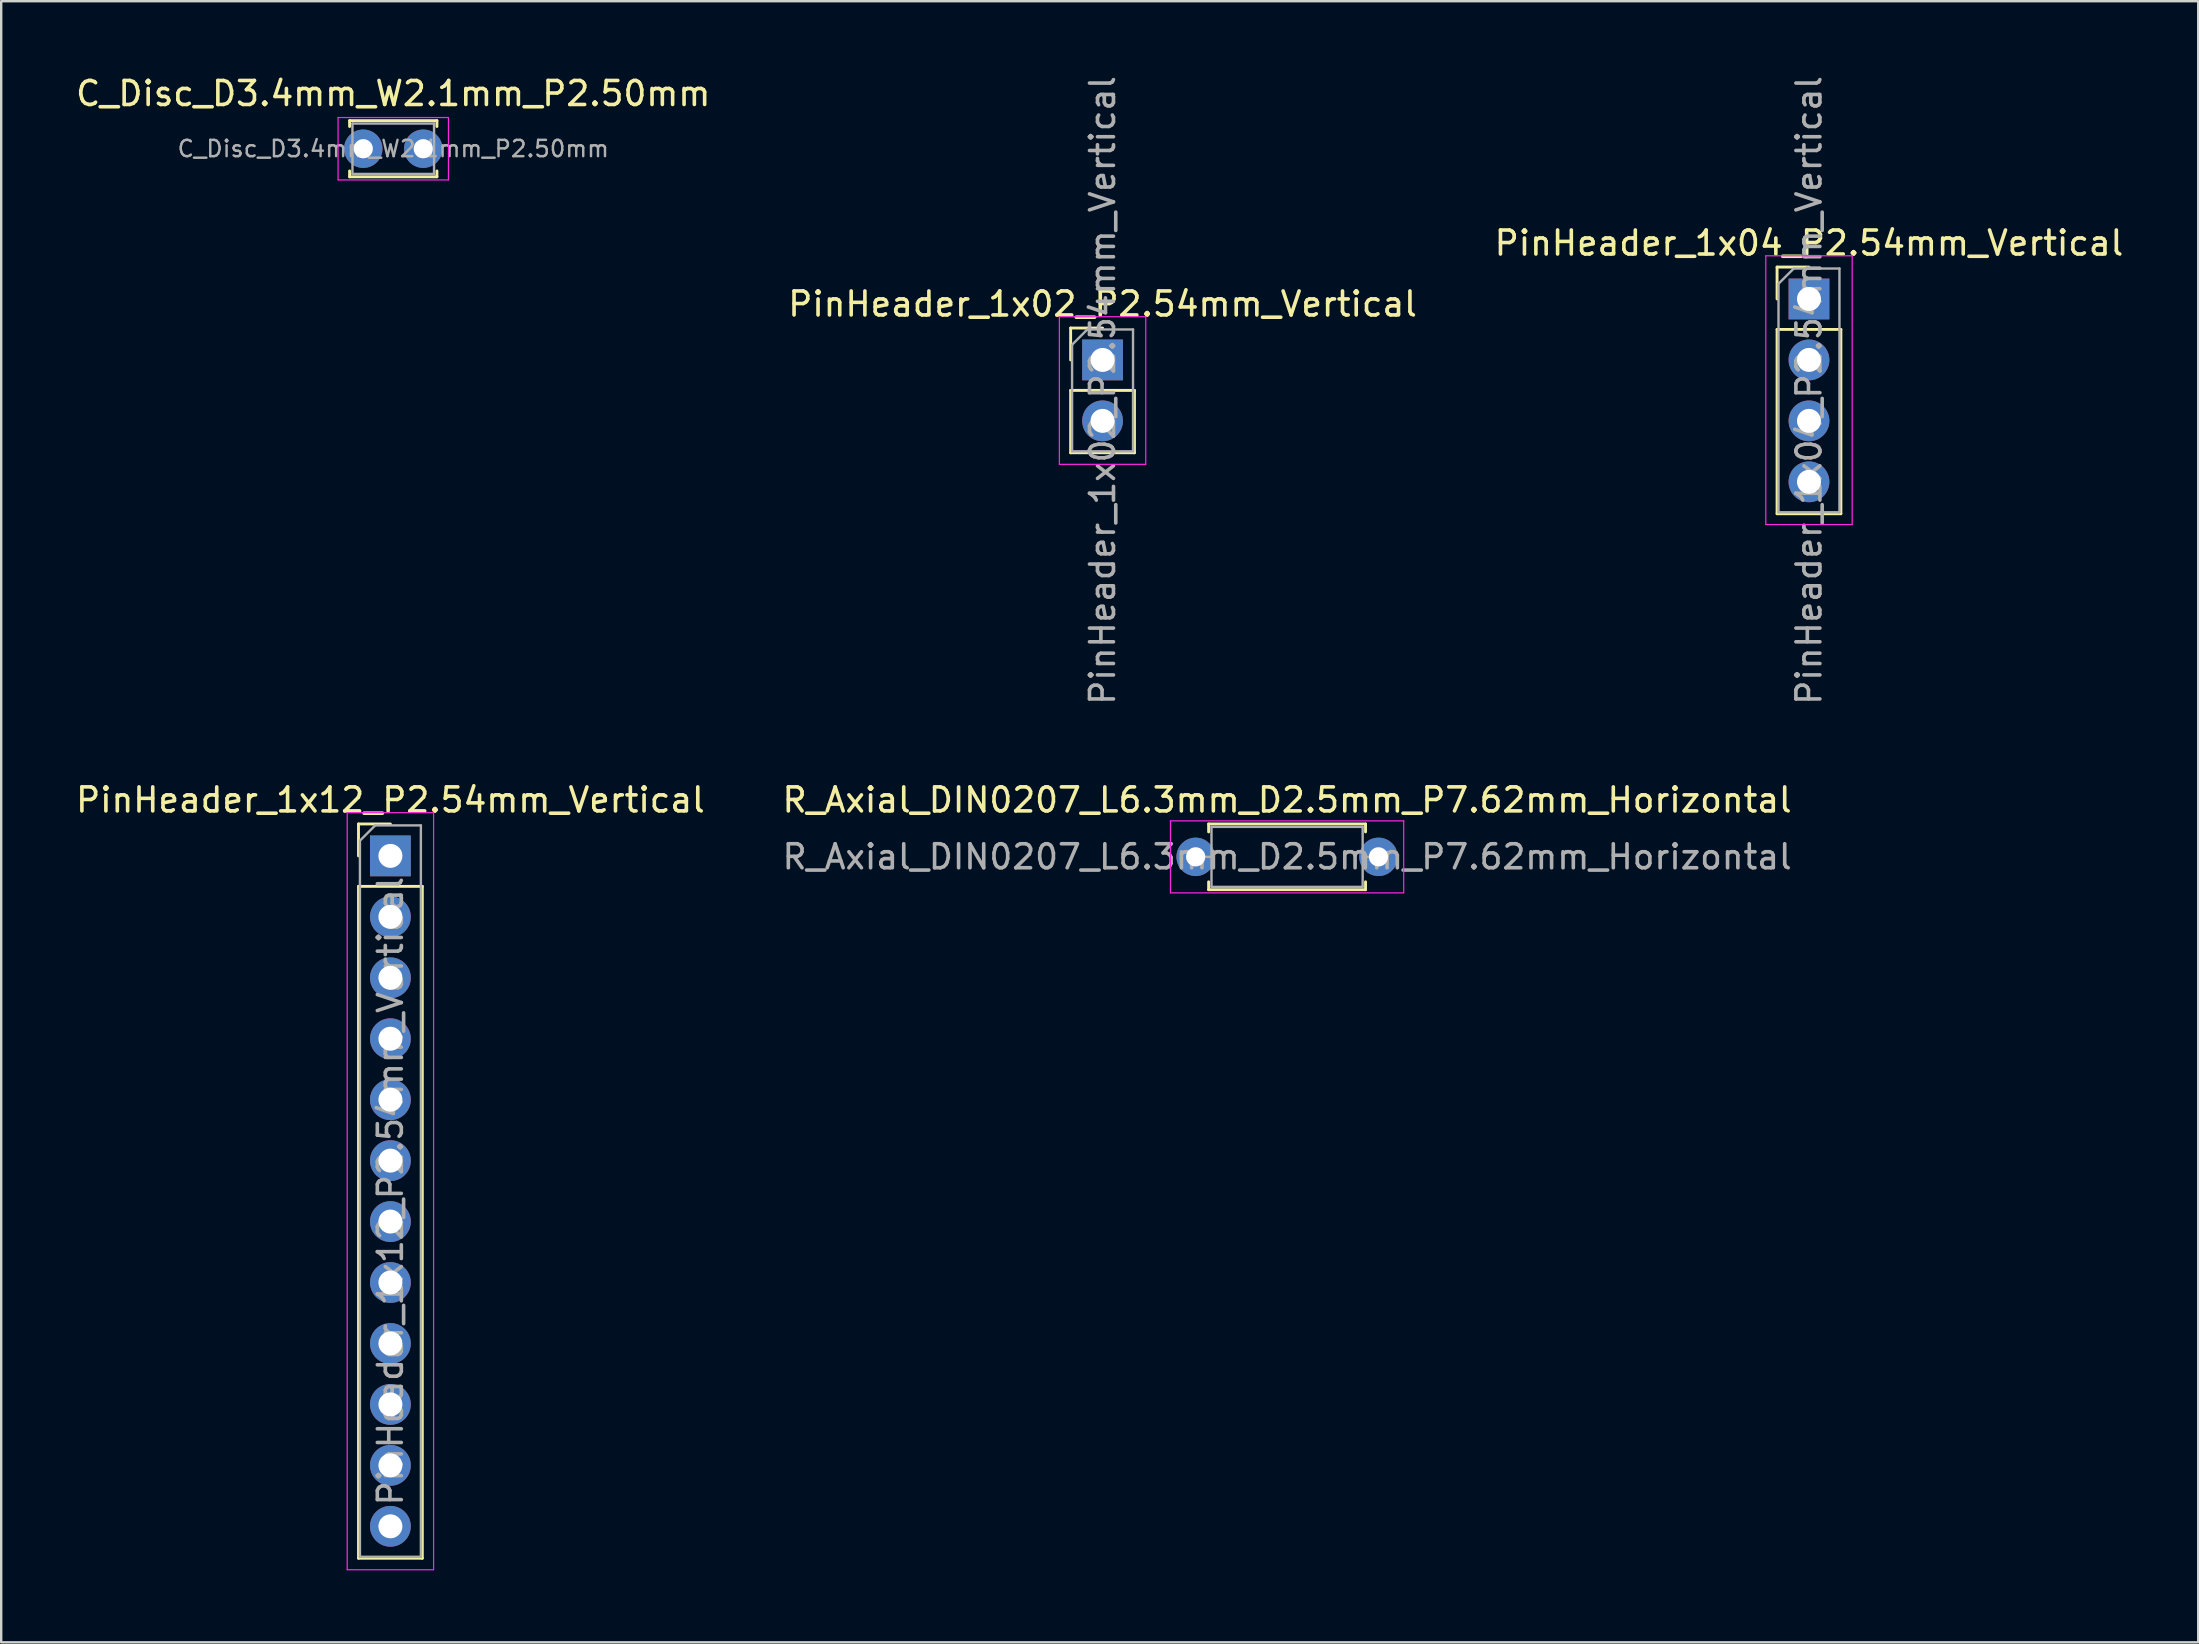
<source format=kicad_pcb>
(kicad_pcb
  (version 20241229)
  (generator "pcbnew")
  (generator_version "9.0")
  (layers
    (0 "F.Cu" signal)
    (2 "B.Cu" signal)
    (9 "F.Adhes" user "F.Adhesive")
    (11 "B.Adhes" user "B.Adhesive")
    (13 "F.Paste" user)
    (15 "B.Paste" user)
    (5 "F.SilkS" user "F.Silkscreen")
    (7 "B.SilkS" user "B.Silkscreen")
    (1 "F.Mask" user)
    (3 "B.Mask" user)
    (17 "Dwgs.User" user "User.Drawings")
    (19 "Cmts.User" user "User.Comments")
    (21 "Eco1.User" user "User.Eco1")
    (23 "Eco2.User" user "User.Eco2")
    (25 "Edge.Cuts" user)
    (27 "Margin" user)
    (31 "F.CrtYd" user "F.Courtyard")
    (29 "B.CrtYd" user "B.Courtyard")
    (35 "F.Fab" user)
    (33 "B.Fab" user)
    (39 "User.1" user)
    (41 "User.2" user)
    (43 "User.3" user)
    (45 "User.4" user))
  (footprint "C_Disc_D3.4mm_W2.1mm_P2.50mm"
    (layer "F.Cu")
    (at 12.089 3.148)
    (property "Reference" "C_Disc_D3.4mm_W2.1mm_P2.50mm" (at 1.25 -2.3 0) (layer "F.SilkS") (effects (font (size 1 1) (thickness 0.15))))
    (attr through_hole)
    (fp_line (start -0.57 -1.17) (end -0.57 -0.925) (stroke (width 0.12) (type solid)) (layer "F.SilkS"))
    (fp_line (start -0.57 -1.17) (end 3.07 -1.17) (stroke (width 0.12) (type solid)) (layer "F.SilkS"))
    (fp_line (start -0.57 0.925) (end -0.57 1.17) (stroke (width 0.12) (type solid)) (layer "F.SilkS"))
    (fp_line (start -0.57 1.17) (end 3.07 1.17) (stroke (width 0.12) (type solid)) (layer "F.SilkS"))
    (fp_line (start 3.07 -1.17) (end 3.07 -0.925) (stroke (width 0.12) (type solid)) (layer "F.SilkS"))
    (fp_line (start 3.07 0.925) (end 3.07 1.17) (stroke (width 0.12) (type solid)) (layer "F.SilkS"))
    (fp_line (start -1.05 -1.3) (end -1.05 1.3) (stroke (width 0.05) (type solid)) (layer "F.CrtYd"))
    (fp_line (start -1.05 1.3) (end 3.55 1.3) (stroke (width 0.05) (type solid)) (layer "F.CrtYd"))
    (fp_line (start 3.55 -1.3) (end -1.05 -1.3) (stroke (width 0.05) (type solid)) (layer "F.CrtYd"))
    (fp_line (start 3.55 1.3) (end 3.55 -1.3) (stroke (width 0.05) (type solid)) (layer "F.CrtYd"))
    (fp_line (start -0.45 -1.05) (end -0.45 1.05) (stroke (width 0.1) (type solid)) (layer "F.Fab"))
    (fp_line (start -0.45 1.05) (end 2.95 1.05) (stroke (width 0.1) (type solid)) (layer "F.Fab"))
    (fp_line (start 2.95 -1.05) (end -0.45 -1.05) (stroke (width 0.1) (type solid)) (layer "F.Fab"))
    (fp_line (start 2.95 1.05) (end 2.95 -1.05) (stroke (width 0.1) (type solid)) (layer "F.Fab"))
    (fp_text user "${REFERENCE}" (at 1.25 0 0) (layer "F.Fab") (effects (font (size 0.68 0.68) (thickness 0.102))))
    (pad "1" thru_hole circle (at 0 0) (size 1.6 1.6) (drill 0.8) (layers "*.Cu" "*.Mask"))
    (pad "2" thru_hole circle (at 2.5 0) (size 1.6 1.6) (drill 0.8) (layers "*.Cu" "*.Mask")))
  (footprint "PinHeader_1x04_P2.54mm_Vertical"
    (layer "F.Cu")
    (at 72.339 9.41)
    (property "Reference" "PinHeader_1x04_P2.54mm_Vertical" (at 0 -2.33 0) (layer "F.SilkS") (effects (font (size 1 1) (thickness 0.15))))
    (attr through_hole)
    (fp_line (start -1.33 -1.33) (end 0 -1.33) (stroke (width 0.12) (type solid)) (layer "F.SilkS"))
    (fp_line (start -1.33 0) (end -1.33 -1.33) (stroke (width 0.12) (type solid)) (layer "F.SilkS"))
    (fp_line (start -1.33 1.27) (end -1.33 8.95) (stroke (width 0.12) (type solid)) (layer "F.SilkS"))
    (fp_line (start -1.33 1.27) (end 1.33 1.27) (stroke (width 0.12) (type solid)) (layer "F.SilkS"))
    (fp_line (start -1.33 8.95) (end 1.33 8.95) (stroke (width 0.12) (type solid)) (layer "F.SilkS"))
    (fp_line (start 1.33 1.27) (end 1.33 8.95) (stroke (width 0.12) (type solid)) (layer "F.SilkS"))
    (fp_line (start -1.8 -1.8) (end -1.8 9.4) (stroke (width 0.05) (type solid)) (layer "F.CrtYd"))
    (fp_line (start -1.8 9.4) (end 1.8 9.4) (stroke (width 0.05) (type solid)) (layer "F.CrtYd"))
    (fp_line (start 1.8 -1.8) (end -1.8 -1.8) (stroke (width 0.05) (type solid)) (layer "F.CrtYd"))
    (fp_line (start 1.8 9.4) (end 1.8 -1.8) (stroke (width 0.05) (type solid)) (layer "F.CrtYd"))
    (fp_line (start -1.27 -0.635) (end -0.635 -1.27) (stroke (width 0.1) (type solid)) (layer "F.Fab"))
    (fp_line (start -1.27 8.89) (end -1.27 -0.635) (stroke (width 0.1) (type solid)) (layer "F.Fab"))
    (fp_line (start -0.635 -1.27) (end 1.27 -1.27) (stroke (width 0.1) (type solid)) (layer "F.Fab"))
    (fp_line (start 1.27 -1.27) (end 1.27 8.89) (stroke (width 0.1) (type solid)) (layer "F.Fab"))
    (fp_line (start 1.27 8.89) (end -1.27 8.89) (stroke (width 0.1) (type solid)) (layer "F.Fab"))
    (fp_text user "${REFERENCE}" (at 0 3.81 90) (layer "F.Fab") (effects (font (size 1 1) (thickness 0.15))))
    (pad "1" thru_hole rect (at 0 0) (size 1.7 1.7) (drill 1) (layers "*.Cu" "*.Mask"))
    (pad "2" thru_hole oval (at 0 2.54) (size 1.7 1.7) (drill 1) (layers "*.Cu" "*.Mask"))
    (pad "3" thru_hole oval (at 0 5.08) (size 1.7 1.7) (drill 1) (layers "*.Cu" "*.Mask"))
    (pad "4" thru_hole oval (at 0 7.62) (size 1.7 1.7) (drill 1) (layers "*.Cu" "*.Mask")))
  (footprint "PinHeader_1x02_P2.54mm_Vertical"
    (layer "F.Cu")
    (at 42.899 11.95)
    (property "Reference" "PinHeader_1x02_P2.54mm_Vertical" (at 0 -2.33 0) (layer "F.SilkS") (effects (font (size 1 1) (thickness 0.15))))
    (attr through_hole)
    (fp_line (start -1.33 -1.33) (end 0 -1.33) (stroke (width 0.12) (type solid)) (layer "F.SilkS"))
    (fp_line (start -1.33 0) (end -1.33 -1.33) (stroke (width 0.12) (type solid)) (layer "F.SilkS"))
    (fp_line (start -1.33 1.27) (end -1.33 3.87) (stroke (width 0.12) (type solid)) (layer "F.SilkS"))
    (fp_line (start -1.33 1.27) (end 1.33 1.27) (stroke (width 0.12) (type solid)) (layer "F.SilkS"))
    (fp_line (start -1.33 3.87) (end 1.33 3.87) (stroke (width 0.12) (type solid)) (layer "F.SilkS"))
    (fp_line (start 1.33 1.27) (end 1.33 3.87) (stroke (width 0.12) (type solid)) (layer "F.SilkS"))
    (fp_line (start -1.8 -1.8) (end -1.8 4.35) (stroke (width 0.05) (type solid)) (layer "F.CrtYd"))
    (fp_line (start -1.8 4.35) (end 1.8 4.35) (stroke (width 0.05) (type solid)) (layer "F.CrtYd"))
    (fp_line (start 1.8 -1.8) (end -1.8 -1.8) (stroke (width 0.05) (type solid)) (layer "F.CrtYd"))
    (fp_line (start 1.8 4.35) (end 1.8 -1.8) (stroke (width 0.05) (type solid)) (layer "F.CrtYd"))
    (fp_line (start -1.27 -0.635) (end -0.635 -1.27) (stroke (width 0.1) (type solid)) (layer "F.Fab"))
    (fp_line (start -1.27 3.81) (end -1.27 -0.635) (stroke (width 0.1) (type solid)) (layer "F.Fab"))
    (fp_line (start -0.635 -1.27) (end 1.27 -1.27) (stroke (width 0.1) (type solid)) (layer "F.Fab"))
    (fp_line (start 1.27 -1.27) (end 1.27 3.81) (stroke (width 0.1) (type solid)) (layer "F.Fab"))
    (fp_line (start 1.27 3.81) (end -1.27 3.81) (stroke (width 0.1) (type solid)) (layer "F.Fab"))
    (fp_text user "${REFERENCE}" (at 0 1.27 90) (layer "F.Fab") (effects (font (size 1 1) (thickness 0.15))))
    (pad "1" thru_hole rect (at 0 0) (size 1.7 1.7) (drill 1) (layers "*.Cu" "*.Mask"))
    (pad "2" thru_hole oval (at 0 2.54) (size 1.7 1.7) (drill 1) (layers "*.Cu" "*.Mask")))
  (footprint "R_Axial_DIN0207_L6.3mm_D2.5mm_P7.62mm_Horizontal"
    (layer "F.Cu")
    (at 46.779 32.659)
    (property "Reference" "R_Axial_DIN0207_L6.3mm_D2.5mm_P7.62mm_Horizontal" (at 3.81 -2.37 180) (layer "F.SilkS") (effects (font (size 1 1) (thickness 0.15))))
    (attr through_hole)
    (fp_line (start 0.54 -1.37) (end 7.08 -1.37) (stroke (width 0.12) (type solid)) (layer "F.SilkS"))
    (fp_line (start 0.54 -1.04) (end 0.54 -1.37) (stroke (width 0.12) (type solid)) (layer "F.SilkS"))
    (fp_line (start 0.54 1.04) (end 0.54 1.37) (stroke (width 0.12) (type solid)) (layer "F.SilkS"))
    (fp_line (start 0.54 1.37) (end 7.08 1.37) (stroke (width 0.12) (type solid)) (layer "F.SilkS"))
    (fp_line (start 7.08 -1.37) (end 7.08 -1.04) (stroke (width 0.12) (type solid)) (layer "F.SilkS"))
    (fp_line (start 7.08 1.37) (end 7.08 1.04) (stroke (width 0.12) (type solid)) (layer "F.SilkS"))
    (fp_line (start -1.05 -1.5) (end -1.05 1.5) (stroke (width 0.05) (type solid)) (layer "F.CrtYd"))
    (fp_line (start -1.05 1.5) (end 8.67 1.5) (stroke (width 0.05) (type solid)) (layer "F.CrtYd"))
    (fp_line (start 8.67 -1.5) (end -1.05 -1.5) (stroke (width 0.05) (type solid)) (layer "F.CrtYd"))
    (fp_line (start 8.67 1.5) (end 8.67 -1.5) (stroke (width 0.05) (type solid)) (layer "F.CrtYd"))
    (fp_line (start 0 0) (end 0.66 0) (stroke (width 0.1) (type solid)) (layer "F.Fab"))
    (fp_line (start 0.66 -1.25) (end 0.66 1.25) (stroke (width 0.1) (type solid)) (layer "F.Fab"))
    (fp_line (start 0.66 1.25) (end 6.96 1.25) (stroke (width 0.1) (type solid)) (layer "F.Fab"))
    (fp_line (start 6.96 -1.25) (end 0.66 -1.25) (stroke (width 0.1) (type solid)) (layer "F.Fab"))
    (fp_line (start 6.96 1.25) (end 6.96 -1.25) (stroke (width 0.1) (type solid)) (layer "F.Fab"))
    (fp_line (start 7.62 0) (end 6.96 0) (stroke (width 0.1) (type solid)) (layer "F.Fab"))
    (fp_text user "${REFERENCE}" (at 3.81 0 180) (layer "F.Fab") (effects (font (size 1 1) (thickness 0.15))))
    (pad "1" thru_hole circle (at 0 0) (size 1.6 1.6) (drill 0.8) (layers "*.Cu" "*.Mask"))
    (pad "2" thru_hole oval (at 7.62 0) (size 1.6 1.6) (drill 0.8) (layers "*.Cu" "*.Mask")))
  (footprint "PinHeader_1x12_P2.54mm_Vertical"
    (layer "F.Cu")
    (at 13.22 32.619)
    (property "Reference" "PinHeader_1x12_P2.54mm_Vertical" (at 0 -2.33 0) (layer "F.SilkS") (effects (font (size 1 1) (thickness 0.15))))
    (attr through_hole)
    (fp_line (start -1.33 -1.33) (end 0 -1.33) (stroke (width 0.12) (type solid)) (layer "F.SilkS"))
    (fp_line (start -1.33 0) (end -1.33 -1.33) (stroke (width 0.12) (type solid)) (layer "F.SilkS"))
    (fp_line (start -1.33 1.27) (end -1.33 29.27) (stroke (width 0.12) (type solid)) (layer "F.SilkS"))
    (fp_line (start -1.33 1.27) (end 1.33 1.27) (stroke (width 0.12) (type solid)) (layer "F.SilkS"))
    (fp_line (start -1.33 29.27) (end 1.33 29.27) (stroke (width 0.12) (type solid)) (layer "F.SilkS"))
    (fp_line (start 1.33 1.27) (end 1.33 29.27) (stroke (width 0.12) (type solid)) (layer "F.SilkS"))
    (fp_line (start -1.8 -1.8) (end -1.8 29.75) (stroke (width 0.05) (type solid)) (layer "F.CrtYd"))
    (fp_line (start -1.8 29.75) (end 1.8 29.75) (stroke (width 0.05) (type solid)) (layer "F.CrtYd"))
    (fp_line (start 1.8 -1.8) (end -1.8 -1.8) (stroke (width 0.05) (type solid)) (layer "F.CrtYd"))
    (fp_line (start 1.8 29.75) (end 1.8 -1.8) (stroke (width 0.05) (type solid)) (layer "F.CrtYd"))
    (fp_line (start -1.27 -0.635) (end -0.635 -1.27) (stroke (width 0.1) (type solid)) (layer "F.Fab"))
    (fp_line (start -1.27 29.21) (end -1.27 -0.635) (stroke (width 0.1) (type solid)) (layer "F.Fab"))
    (fp_line (start -0.635 -1.27) (end 1.27 -1.27) (stroke (width 0.1) (type solid)) (layer "F.Fab"))
    (fp_line (start 1.27 -1.27) (end 1.27 29.21) (stroke (width 0.1) (type solid)) (layer "F.Fab"))
    (fp_line (start 1.27 29.21) (end -1.27 29.21) (stroke (width 0.1) (type solid)) (layer "F.Fab"))
    (fp_text user "${REFERENCE}" (at 0 13.97 90) (layer "F.Fab") (effects (font (size 1 1) (thickness 0.15))))
    (pad "1" thru_hole rect (at 0 0) (size 1.7 1.7) (drill 1) (layers "*.Cu" "*.Mask"))
    (pad "2" thru_hole oval (at 0 2.54) (size 1.7 1.7) (drill 1) (layers "*.Cu" "*.Mask"))
    (pad "3" thru_hole oval (at 0 5.08) (size 1.7 1.7) (drill 1) (layers "*.Cu" "*.Mask"))
    (pad "4" thru_hole oval (at 0 7.62) (size 1.7 1.7) (drill 1) (layers "*.Cu" "*.Mask"))
    (pad "5" thru_hole oval (at 0 10.16) (size 1.7 1.7) (drill 1) (layers "*.Cu" "*.Mask"))
    (pad "6" thru_hole oval (at 0 12.7) (size 1.7 1.7) (drill 1) (layers "*.Cu" "*.Mask"))
    (pad "7" thru_hole oval (at 0 15.24) (size 1.7 1.7) (drill 1) (layers "*.Cu" "*.Mask"))
    (pad "8" thru_hole oval (at 0 17.78) (size 1.7 1.7) (drill 1) (layers "*.Cu" "*.Mask"))
    (pad "9" thru_hole oval (at 0 20.32) (size 1.7 1.7) (drill 1) (layers "*.Cu" "*.Mask"))
    (pad "10" thru_hole oval (at 0 22.86) (size 1.7 1.7) (drill 1) (layers "*.Cu" "*.Mask"))
    (pad "11" thru_hole oval (at 0 25.4) (size 1.7 1.7) (drill 1) (layers "*.Cu" "*.Mask"))
    (pad "12" thru_hole oval (at 0 27.94) (size 1.7 1.7) (drill 1) (layers "*.Cu" "*.Mask")))
  (gr_rect
    (start -3 -3)
    (end 88.56 65.394)
    (stroke (width 0.1) (type default))
    (fill no)
    (layer "Edge.Cuts")))
</source>
